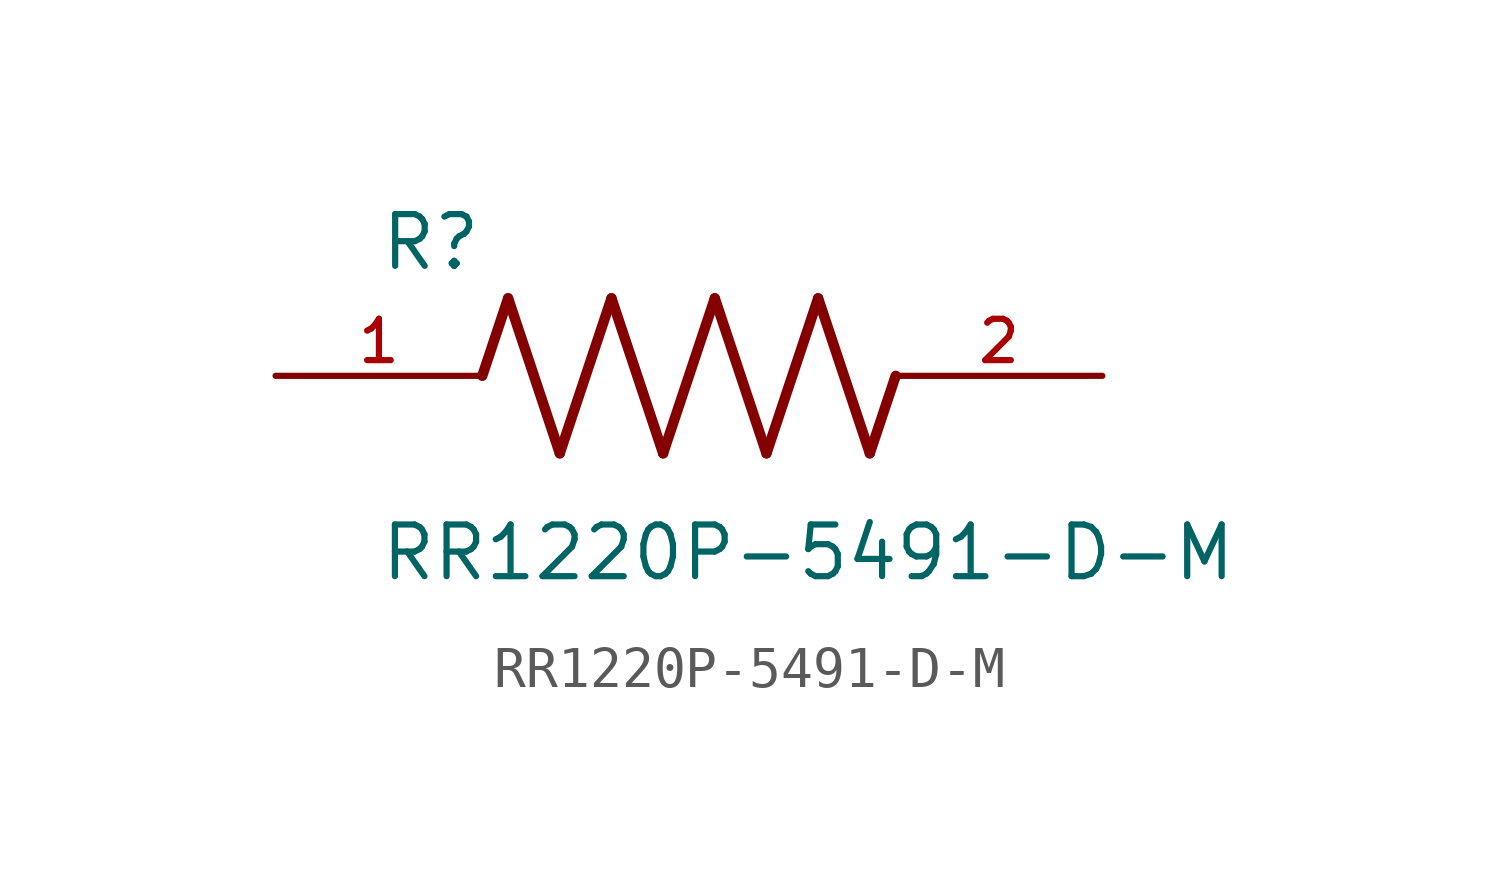
<source format=kicad_sym>
(kicad_symbol_lib
  (version 20211014)
  (generator kicad_symbol_editor)
  (symbol "RR1220P-5491-D-M"
    (pin_names
      (offset 1.016))
    (property "Reference" "R"
      (at -7.624 2.541 0)
      (effects (font (size 1.27 1.27)) (justify bottom left)))
    (property "Value" "RR1220P-5491-D-M"
      (at -7.63 -5.087 0)
      (effects (font (size 1.27 1.27)) (justify bottom left)))
    (symbol "RR1220P-5491-D-M_0_0"
      (polyline (pts (xy -5.08 0.0) (xy -4.445 1.905)) (stroke (width 0.254)))
      (polyline (pts (xy -4.445 1.905) (xy -3.175 -1.905)) (stroke (width 0.254)))
      (polyline (pts (xy -3.175 -1.905) (xy -1.905 1.905)) (stroke (width 0.254)))
      (polyline (pts (xy -1.905 1.905) (xy -0.635 -1.905)) (stroke (width 0.254)))
      (polyline (pts (xy -0.635 -1.905) (xy 0.635 1.905)) (stroke (width 0.254)))
      (polyline (pts (xy 0.635 1.905) (xy 1.905 -1.905)) (stroke (width 0.254)))
      (polyline (pts (xy 1.905 -1.905) (xy 3.175 1.905)) (stroke (width 0.254)))
      (polyline (pts (xy 3.175 1.905) (xy 4.445 -1.905)) (stroke (width 0.254)))
      (polyline (pts (xy 4.445 -1.905) (xy 5.08 0.0)) (stroke (width 0.254)))
      (pin passive line (at -10.16 0.0 0) (length 5.08) (name "~" (effects (font (size 1.016 1.016)))) (number "1" (effects (font (size 1.016 1.016)))))
      (pin passive line (at 10.16 0.0 180.0) (length 5.08) (name "~" (effects (font (size 1.016 1.016)))) (number "2" (effects (font (size 1.016 1.016))))))))
</source>
